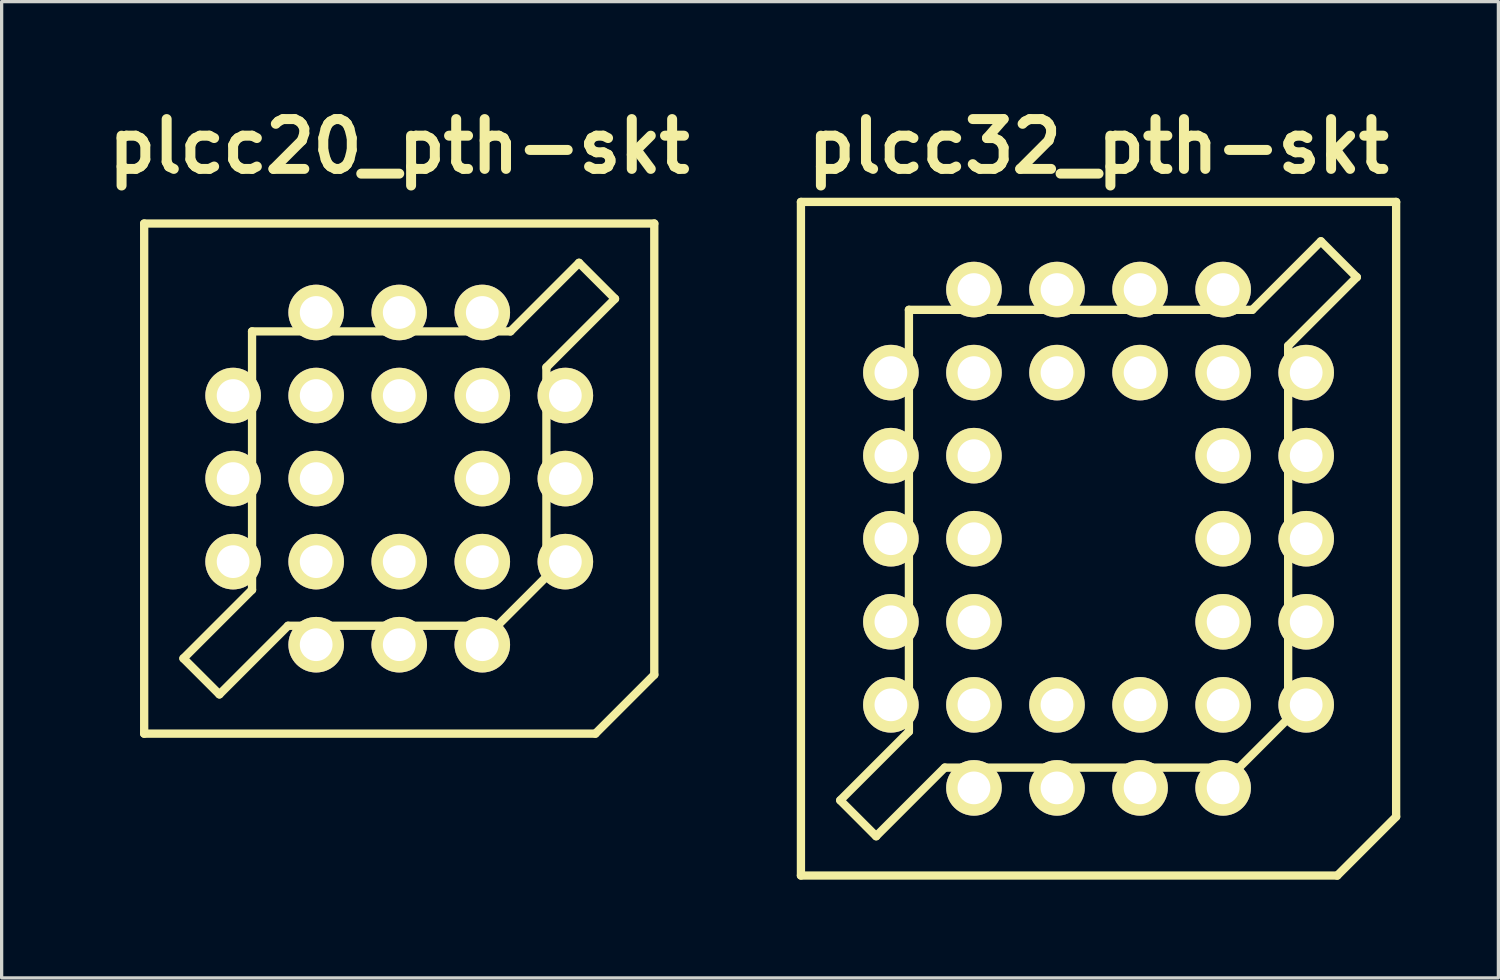
<source format=kicad_pcb>
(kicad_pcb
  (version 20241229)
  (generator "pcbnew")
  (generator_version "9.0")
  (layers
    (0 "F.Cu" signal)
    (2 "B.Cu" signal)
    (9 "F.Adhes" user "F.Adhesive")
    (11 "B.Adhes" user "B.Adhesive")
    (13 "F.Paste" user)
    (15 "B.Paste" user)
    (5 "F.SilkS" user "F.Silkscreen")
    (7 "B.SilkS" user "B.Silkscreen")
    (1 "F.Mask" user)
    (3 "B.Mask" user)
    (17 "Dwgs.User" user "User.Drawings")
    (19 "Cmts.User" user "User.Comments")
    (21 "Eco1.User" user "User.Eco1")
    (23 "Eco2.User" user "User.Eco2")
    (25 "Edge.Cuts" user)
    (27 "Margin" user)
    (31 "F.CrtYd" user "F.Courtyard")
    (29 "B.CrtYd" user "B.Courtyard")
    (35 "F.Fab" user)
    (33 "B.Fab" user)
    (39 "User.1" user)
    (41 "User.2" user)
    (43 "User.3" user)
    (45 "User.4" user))
  (footprint "plcc20_pth-skt"
    (layer "F.Cu")
    (at 9.159 11.586)
    (property "Reference" "plcc20_pth-skt" (at 0 -10.16 0) (layer "F.SilkS") (effects (font (size 1.524 1.524) (thickness 0.305))))
    (attr through_hole)
    (fp_line (start -7.8 -7.8) (end -7.8 7.8) (stroke (width 0.254) (type solid)) (layer "F.SilkS"))
    (fp_line (start -7.8 7.8) (end 5.999 7.8) (stroke (width 0.254) (type solid)) (layer "F.SilkS"))
    (fp_line (start -6.599 5.499) (end -5.499 6.599) (stroke (width 0.254) (type solid)) (layer "F.SilkS"))
    (fp_line (start -5.499 6.599) (end -3.401 4.501) (stroke (width 0.254) (type solid)) (layer "F.SilkS"))
    (fp_line (start -4.501 -4.501) (end 3.401 -4.501) (stroke (width 0.254) (type solid)) (layer "F.SilkS"))
    (fp_line (start -4.501 3.401) (end -6.599 5.499) (stroke (width 0.254) (type solid)) (layer "F.SilkS"))
    (fp_line (start -4.501 3.401) (end -4.501 -4.501) (stroke (width 0.254) (type solid)) (layer "F.SilkS"))
    (fp_line (start 3 4.501) (end -3.401 4.501) (stroke (width 0.254) (type solid)) (layer "F.SilkS"))
    (fp_line (start 3.401 -4.501) (end 5.499 -6.599) (stroke (width 0.254) (type solid)) (layer "F.SilkS"))
    (fp_line (start 4.501 -3.401) (end 4.501 3) (stroke (width 0.254) (type solid)) (layer "F.SilkS"))
    (fp_line (start 4.501 3) (end 3 4.501) (stroke (width 0.254) (type solid)) (layer "F.SilkS"))
    (fp_line (start 5.499 -6.599) (end 6.599 -5.499) (stroke (width 0.254) (type solid)) (layer "F.SilkS"))
    (fp_line (start 5.999 7.8) (end 7.8 5.999) (stroke (width 0.254) (type solid)) (layer "F.SilkS"))
    (fp_line (start 6.599 -5.499) (end 4.501 -3.401) (stroke (width 0.254) (type solid)) (layer "F.SilkS"))
    (fp_line (start 7.8 -7.8) (end -7.8 -7.8) (stroke (width 0.254) (type solid)) (layer "F.SilkS"))
    (fp_line (start 7.8 5.999) (end 7.8 -7.8) (stroke (width 0.254) (type solid)) (layer "F.SilkS"))
    (pad "1" thru_hole circle (at 0 5.08) (size 1.699 1.699) (drill 1.001) (layers "*.Cu" "*.Mask" "F.SilkS"))
    (pad "2" thru_hole circle (at 0 2.54) (size 1.699 1.699) (drill 1.001) (layers "*.Cu" "*.Mask" "F.SilkS"))
    (pad "3" thru_hole circle (at 2.54 5.08) (size 1.699 1.699) (drill 1.001) (layers "*.Cu" "*.Mask" "F.SilkS"))
    (pad "4" thru_hole circle (at 5.08 2.54) (size 1.699 1.699) (drill 1.001) (layers "*.Cu" "*.Mask" "F.SilkS"))
    (pad "5" thru_hole circle (at 2.54 2.54) (size 1.699 1.699) (drill 1.001) (layers "*.Cu" "*.Mask" "F.SilkS"))
    (pad "6" thru_hole circle (at 5.08 0) (size 1.699 1.699) (drill 1.001) (layers "*.Cu" "*.Mask" "F.SilkS"))
    (pad "7" thru_hole circle (at 2.54 0) (size 1.699 1.699) (drill 1.001) (layers "*.Cu" "*.Mask" "F.SilkS"))
    (pad "8" thru_hole circle (at 5.08 -2.54) (size 1.699 1.699) (drill 1.001) (layers "*.Cu" "*.Mask" "F.SilkS"))
    (pad "9" thru_hole circle (at 2.54 -5.08) (size 1.699 1.699) (drill 1.001) (layers "*.Cu" "*.Mask" "F.SilkS"))
    (pad "10" thru_hole circle (at 2.54 -2.54) (size 1.699 1.699) (drill 1.001) (layers "*.Cu" "*.Mask" "F.SilkS"))
    (pad "11" thru_hole circle (at 0 -5.08) (size 1.699 1.699) (drill 1.001) (layers "*.Cu" "*.Mask" "F.SilkS"))
    (pad "12" thru_hole circle (at 0 -2.54) (size 1.699 1.699) (drill 1.001) (layers "*.Cu" "*.Mask" "F.SilkS"))
    (pad "13" thru_hole circle (at -2.54 -5.08) (size 1.699 1.699) (drill 1.001) (layers "*.Cu" "*.Mask" "F.SilkS"))
    (pad "14" thru_hole circle (at -5.08 -2.54) (size 1.699 1.699) (drill 1.001) (layers "*.Cu" "*.Mask" "F.SilkS"))
    (pad "15" thru_hole circle (at -2.54 -2.54) (size 1.699 1.699) (drill 1.001) (layers "*.Cu" "*.Mask" "F.SilkS"))
    (pad "16" thru_hole circle (at -5.08 0) (size 1.699 1.699) (drill 1.001) (layers "*.Cu" "*.Mask" "F.SilkS"))
    (pad "17" thru_hole circle (at -2.54 0) (size 1.699 1.699) (drill 1.001) (layers "*.Cu" "*.Mask" "F.SilkS"))
    (pad "18" thru_hole circle (at -5.08 2.54) (size 1.699 1.699) (drill 1.001) (layers "*.Cu" "*.Mask" "F.SilkS"))
    (pad "19" thru_hole circle (at -2.54 5.08) (size 1.699 1.699) (drill 1.001) (layers "*.Cu" "*.Mask" "F.SilkS"))
    (pad "20" thru_hole circle (at -2.54 2.54) (size 1.699 1.699) (drill 1.001) (layers "*.Cu" "*.Mask" "F.SilkS")))
  (footprint "plcc32_pth-skt"
    (layer "F.Cu")
    (at 30.545 13.425)
    (property "Reference" "plcc32_pth-skt" (at 0 -11.999 0) (layer "F.SilkS") (effects (font (size 1.524 1.524) (thickness 0.305))))
    (attr through_hole)
    (fp_line (start -9.101 10.3) (end -9.101 -10.3) (stroke (width 0.254) (type solid)) (layer "F.SilkS"))
    (fp_line (start -9.101 10.3) (end 7.3 10.3) (stroke (width 0.254) (type solid)) (layer "F.SilkS"))
    (fp_line (start -7.899 8.001) (end -6.8 9.101) (stroke (width 0.254) (type solid)) (layer "F.SilkS"))
    (fp_line (start -6.8 9.096) (end -4.702 6.998) (stroke (width 0.254) (type solid)) (layer "F.SilkS"))
    (fp_line (start -5.801 5.9) (end -7.899 7.998) (stroke (width 0.254) (type solid)) (layer "F.SilkS"))
    (fp_line (start -5.799 -7) (end -5.799 5.9) (stroke (width 0.254) (type solid)) (layer "F.SilkS"))
    (fp_line (start -5.799 -7) (end 4.699 -7) (stroke (width 0.254) (type solid)) (layer "F.SilkS"))
    (fp_line (start 4.3 6.998) (end 5.799 5.499) (stroke (width 0.254) (type solid)) (layer "F.SilkS"))
    (fp_line (start 4.3 7) (end -4.699 7) (stroke (width 0.254) (type solid)) (layer "F.SilkS"))
    (fp_line (start 4.702 -6.998) (end 6.8 -9.096) (stroke (width 0.254) (type solid)) (layer "F.SilkS"))
    (fp_line (start 5.799 5.499) (end 5.799 -5.9) (stroke (width 0.254) (type solid)) (layer "F.SilkS"))
    (fp_line (start 6.8 -9.096) (end 7.899 -7.996) (stroke (width 0.254) (type solid)) (layer "F.SilkS"))
    (fp_line (start 7.3 10.302) (end 9.101 8.501) (stroke (width 0.254) (type solid)) (layer "F.SilkS"))
    (fp_line (start 7.899 -8.001) (end 5.801 -5.903) (stroke (width 0.254) (type solid)) (layer "F.SilkS"))
    (fp_line (start 9.101 -10.3) (end -9.101 -10.3) (stroke (width 0.254) (type solid)) (layer "F.SilkS"))
    (fp_line (start 9.101 -10.3) (end 9.101 8.499) (stroke (width 0.254) (type solid)) (layer "F.SilkS"))
    (pad "1" thru_hole circle (at -1.27 5.08) (size 1.699 1.699) (drill 1.001) (layers "*.Cu" "*.Mask" "F.SilkS"))
    (pad "2" thru_hole circle (at 1.27 7.62) (size 1.699 1.699) (drill 1.001) (layers "*.Cu" "*.Mask" "F.SilkS"))
    (pad "3" thru_hole circle (at 1.27 5.08) (size 1.699 1.699) (drill 1.001) (layers "*.Cu" "*.Mask" "F.SilkS"))
    (pad "4" thru_hole circle (at 3.81 7.62) (size 1.699 1.699) (drill 1.001) (layers "*.Cu" "*.Mask" "F.SilkS"))
    (pad "5" thru_hole circle (at 6.35 5.08) (size 1.699 1.699) (drill 1.001) (layers "*.Cu" "*.Mask" "F.SilkS"))
    (pad "6" thru_hole circle (at 3.81 5.08) (size 1.699 1.699) (drill 1.001) (layers "*.Cu" "*.Mask" "F.SilkS"))
    (pad "7" thru_hole circle (at 6.35 2.54) (size 1.699 1.699) (drill 1.001) (layers "*.Cu" "*.Mask" "F.SilkS"))
    (pad "8" thru_hole circle (at 3.81 2.54) (size 1.699 1.699) (drill 1.001) (layers "*.Cu" "*.Mask" "F.SilkS"))
    (pad "9" thru_hole circle (at 6.35 0) (size 1.699 1.699) (drill 1.001) (layers "*.Cu" "*.Mask" "F.SilkS"))
    (pad "10" thru_hole circle (at 3.81 0) (size 1.699 1.699) (drill 1.001) (layers "*.Cu" "*.Mask" "F.SilkS"))
    (pad "11" thru_hole circle (at 6.35 -2.54) (size 1.699 1.699) (drill 1.001) (layers "*.Cu" "*.Mask" "F.SilkS"))
    (pad "12" thru_hole circle (at 3.81 -2.54) (size 1.699 1.699) (drill 1.001) (layers "*.Cu" "*.Mask" "F.SilkS"))
    (pad "13" thru_hole circle (at 6.35 -5.08) (size 1.699 1.699) (drill 1.001) (layers "*.Cu" "*.Mask" "F.SilkS"))
    (pad "14" thru_hole circle (at 3.81 -7.62) (size 1.699 1.699) (drill 1.001) (layers "*.Cu" "*.Mask" "F.SilkS"))
    (pad "15" thru_hole circle (at 3.81 -5.08) (size 1.699 1.699) (drill 1.001) (layers "*.Cu" "*.Mask" "F.SilkS"))
    (pad "16" thru_hole circle (at 1.27 -7.62) (size 1.699 1.699) (drill 1.001) (layers "*.Cu" "*.Mask" "F.SilkS"))
    (pad "17" thru_hole circle (at 1.27 -5.08) (size 1.699 1.699) (drill 1.001) (layers "*.Cu" "*.Mask" "F.SilkS"))
    (pad "18" thru_hole circle (at -1.27 -7.62) (size 1.699 1.699) (drill 1.001) (layers "*.Cu" "*.Mask" "F.SilkS"))
    (pad "19" thru_hole circle (at -1.27 -5.08) (size 1.699 1.699) (drill 1.001) (layers "*.Cu" "*.Mask" "F.SilkS"))
    (pad "20" thru_hole circle (at -3.81 -7.62) (size 1.699 1.699) (drill 1.001) (layers "*.Cu" "*.Mask" "F.SilkS"))
    (pad "21" thru_hole circle (at -6.35 -5.08) (size 1.699 1.699) (drill 1.001) (layers "*.Cu" "*.Mask" "F.SilkS"))
    (pad "22" thru_hole circle (at -3.81 -5.08) (size 1.699 1.699) (drill 1.001) (layers "*.Cu" "*.Mask" "F.SilkS"))
    (pad "23" thru_hole circle (at -6.35 -2.54) (size 1.699 1.699) (drill 1.001) (layers "*.Cu" "*.Mask" "F.SilkS"))
    (pad "24" thru_hole circle (at -3.81 -2.54) (size 1.699 1.699) (drill 1.001) (layers "*.Cu" "*.Mask" "F.SilkS"))
    (pad "25" thru_hole circle (at -6.35 0) (size 1.699 1.699) (drill 1.001) (layers "*.Cu" "*.Mask" "F.SilkS"))
    (pad "26" thru_hole circle (at -3.81 0) (size 1.699 1.699) (drill 1.001) (layers "*.Cu" "*.Mask" "F.SilkS"))
    (pad "27" thru_hole circle (at -6.35 2.54) (size 1.699 1.699) (drill 1.001) (layers "*.Cu" "*.Mask" "F.SilkS"))
    (pad "28" thru_hole circle (at -3.81 2.54) (size 1.699 1.699) (drill 1.001) (layers "*.Cu" "*.Mask" "F.SilkS"))
    (pad "29" thru_hole circle (at -6.35 5.08) (size 1.699 1.699) (drill 1.001) (layers "*.Cu" "*.Mask" "F.SilkS"))
    (pad "30" thru_hole circle (at -3.81 7.62) (size 1.699 1.699) (drill 1.001) (layers "*.Cu" "*.Mask" "F.SilkS"))
    (pad "31" thru_hole circle (at -3.81 5.08) (size 1.699 1.699) (drill 1.001) (layers "*.Cu" "*.Mask" "F.SilkS"))
    (pad "32" thru_hole circle (at -1.27 7.62) (size 1.699 1.699) (drill 1.001) (layers "*.Cu" "*.Mask" "F.SilkS")))
  (gr_rect
    (start -3 -3)
    (end 42.773 26.855)
    (stroke (width 0.1) (type default))
    (fill no)
    (layer "Edge.Cuts")))
</source>
